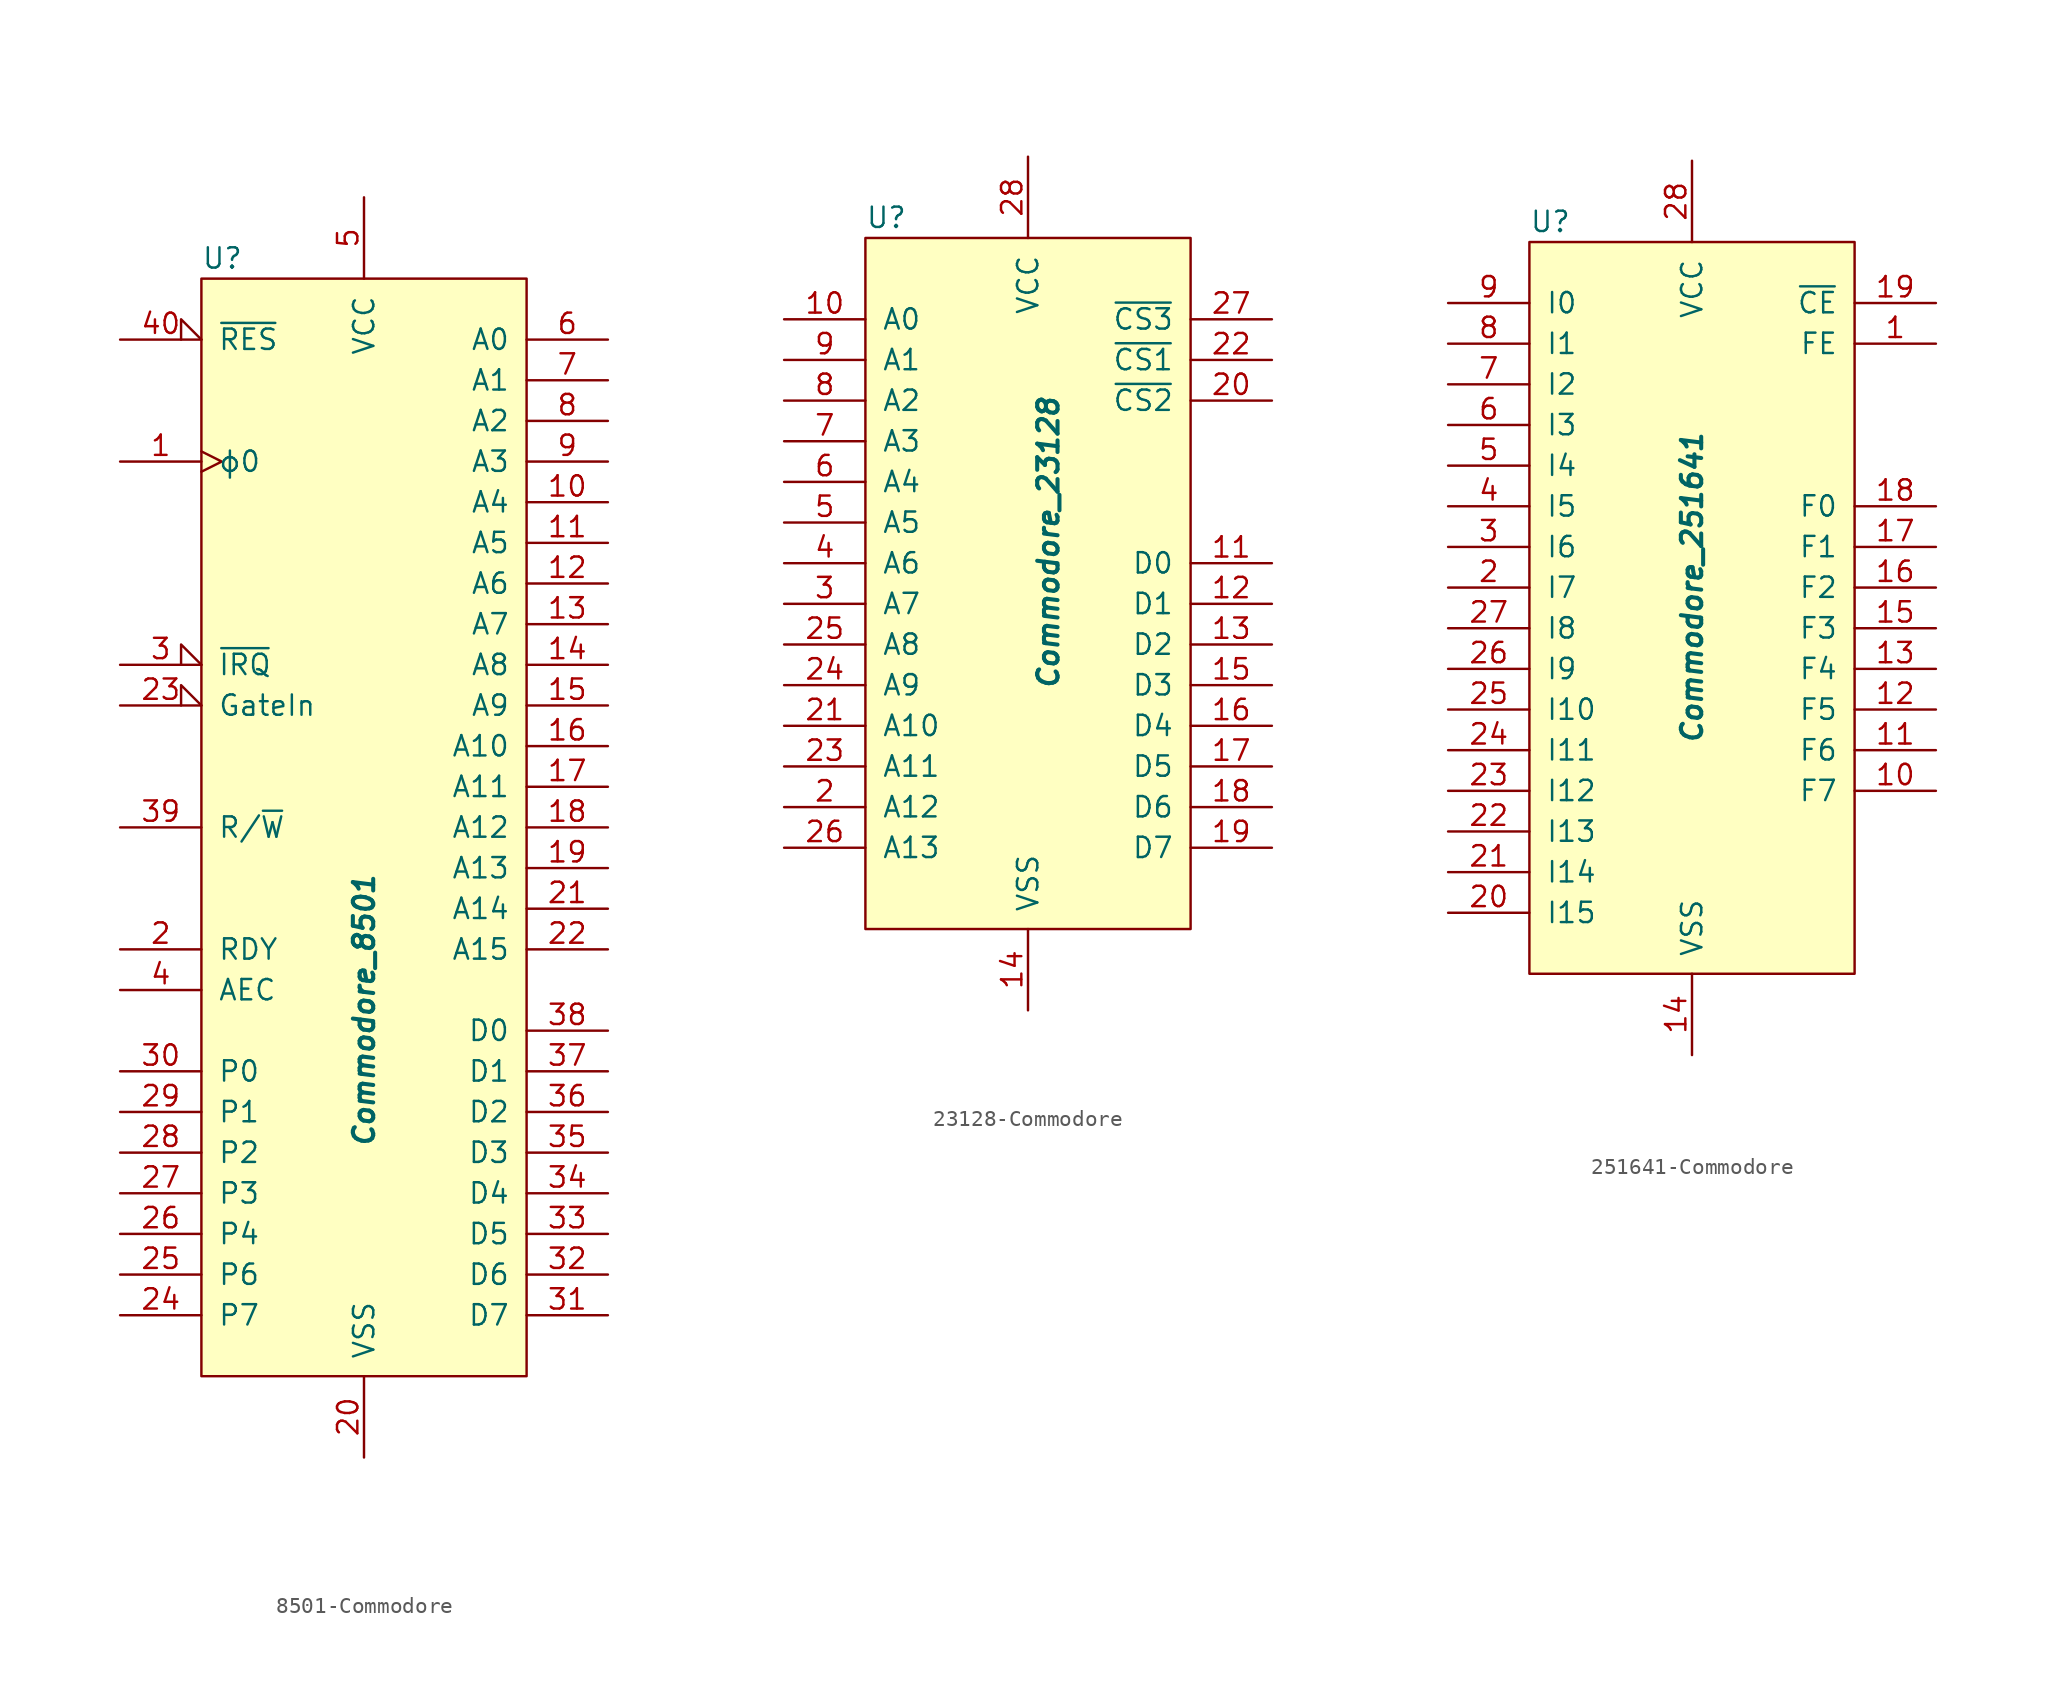
<source format=kicad_sym>
(kicad_symbol_lib
  (version 20220914)
  (generator kicad_symbol_editor)
  (symbol "8501-Commodore"
    (pin_names
      (offset 1.016))
    (property "Reference" "U"
      (at -10.16 46.99 0)
      (effects (font (size 1.27 1.27)) (justify left)))
    (property "Value" "Commodore_8501"
      (at 0 0 90)
      (effects (font (size 1.27 1.27) bold italic)))
    (symbol "8501-Commodore_0_1"
      (rectangle (start -10.16 45.72) (end 10.16 -22.86) (stroke (width 0) (type solid)) (fill (type background))))
    (symbol "8501-Commodore_1_1"
      (pin input clock (at -15.24 34.29 0) (length 5.08) (name "ϕ0" (effects (font (size 1.27 1.27)))) (number "1" (effects (font (size 1.27 1.27)))))
      (pin tri_state line (at 15.24 31.75 180) (length 5.08) (name "A4" (effects (font (size 1.27 1.27)))) (number "10" (effects (font (size 1.27 1.27)))))
      (pin tri_state line (at 15.24 29.21 180) (length 5.08) (name "A5" (effects (font (size 1.27 1.27)))) (number "11" (effects (font (size 1.27 1.27)))))
      (pin tri_state line (at 15.24 26.67 180) (length 5.08) (name "A6" (effects (font (size 1.27 1.27)))) (number "12" (effects (font (size 1.27 1.27)))))
      (pin tri_state line (at 15.24 24.13 180) (length 5.08) (name "A7" (effects (font (size 1.27 1.27)))) (number "13" (effects (font (size 1.27 1.27)))))
      (pin tri_state line (at 15.24 21.59 180) (length 5.08) (name "A8" (effects (font (size 1.27 1.27)))) (number "14" (effects (font (size 1.27 1.27)))))
      (pin tri_state line (at 15.24 19.05 180) (length 5.08) (name "A9" (effects (font (size 1.27 1.27)))) (number "15" (effects (font (size 1.27 1.27)))))
      (pin tri_state line (at 15.24 16.51 180) (length 5.08) (name "A10" (effects (font (size 1.27 1.27)))) (number "16" (effects (font (size 1.27 1.27)))))
      (pin tri_state line (at 15.24 13.97 180) (length 5.08) (name "A11" (effects (font (size 1.27 1.27)))) (number "17" (effects (font (size 1.27 1.27)))))
      (pin tri_state line (at 15.24 11.43 180) (length 5.08) (name "A12" (effects (font (size 1.27 1.27)))) (number "18" (effects (font (size 1.27 1.27)))))
      (pin tri_state line (at 15.24 8.89 180) (length 5.08) (name "A13" (effects (font (size 1.27 1.27)))) (number "19" (effects (font (size 1.27 1.27)))))
      (pin input line (at -15.24 3.81 0) (length 5.08) (name "RDY" (effects (font (size 1.27 1.27)))) (number "2" (effects (font (size 1.27 1.27)))))
      (pin power_in line (at 0 -27.94 90) (length 5.08) (name "VSS" (effects (font (size 1.27 1.27)))) (number "20" (effects (font (size 1.27 1.27)))))
      (pin tri_state line (at 15.24 6.35 180) (length 5.08) (name "A14" (effects (font (size 1.27 1.27)))) (number "21" (effects (font (size 1.27 1.27)))))
      (pin tri_state line (at 15.24 3.81 180) (length 5.08) (name "A15" (effects (font (size 1.27 1.27)))) (number "22" (effects (font (size 1.27 1.27)))))
      (pin input input_low (at -15.24 19.05 0) (length 5.08) (name "GateIn" (effects (font (size 1.27 1.27)))) (number "23" (effects (font (size 1.27 1.27)))))
      (pin bidirectional line (at -15.24 -19.05 0) (length 5.08) (name "P7" (effects (font (size 1.27 1.27)))) (number "24" (effects (font (size 1.27 1.27)))))
      (pin bidirectional line (at -15.24 -16.51 0) (length 5.08) (name "P6" (effects (font (size 1.27 1.27)))) (number "25" (effects (font (size 1.27 1.27)))))
      (pin bidirectional line (at -15.24 -13.97 0) (length 5.08) (name "P4" (effects (font (size 1.27 1.27)))) (number "26" (effects (font (size 1.27 1.27)))))
      (pin bidirectional line (at -15.24 -11.43 0) (length 5.08) (name "P3" (effects (font (size 1.27 1.27)))) (number "27" (effects (font (size 1.27 1.27)))))
      (pin bidirectional line (at -15.24 -8.89 0) (length 5.08) (name "P2" (effects (font (size 1.27 1.27)))) (number "28" (effects (font (size 1.27 1.27)))))
      (pin bidirectional line (at -15.24 -6.35 0) (length 5.08) (name "P1" (effects (font (size 1.27 1.27)))) (number "29" (effects (font (size 1.27 1.27)))))
      (pin input input_low (at -15.24 21.59 0) (length 5.08) (name "~{IRQ}" (effects (font (size 1.27 1.27)))) (number "3" (effects (font (size 1.27 1.27)))))
      (pin bidirectional line (at -15.24 -3.81 0) (length 5.08) (name "P0" (effects (font (size 1.27 1.27)))) (number "30" (effects (font (size 1.27 1.27)))))
      (pin bidirectional line (at 15.24 -19.05 180) (length 5.08) (name "D7" (effects (font (size 1.27 1.27)))) (number "31" (effects (font (size 1.27 1.27)))))
      (pin bidirectional line (at 15.24 -16.51 180) (length 5.08) (name "D6" (effects (font (size 1.27 1.27)))) (number "32" (effects (font (size 1.27 1.27)))))
      (pin bidirectional line (at 15.24 -13.97 180) (length 5.08) (name "D5" (effects (font (size 1.27 1.27)))) (number "33" (effects (font (size 1.27 1.27)))))
      (pin bidirectional line (at 15.24 -11.43 180) (length 5.08) (name "D4" (effects (font (size 1.27 1.27)))) (number "34" (effects (font (size 1.27 1.27)))))
      (pin bidirectional line (at 15.24 -8.89 180) (length 5.08) (name "D3" (effects (font (size 1.27 1.27)))) (number "35" (effects (font (size 1.27 1.27)))))
      (pin bidirectional line (at 15.24 -6.35 180) (length 5.08) (name "D2" (effects (font (size 1.27 1.27)))) (number "36" (effects (font (size 1.27 1.27)))))
      (pin bidirectional line (at 15.24 -3.81 180) (length 5.08) (name "D1" (effects (font (size 1.27 1.27)))) (number "37" (effects (font (size 1.27 1.27)))))
      (pin bidirectional line (at 15.24 -1.27 180) (length 5.08) (name "D0" (effects (font (size 1.27 1.27)))) (number "38" (effects (font (size 1.27 1.27)))))
      (pin tri_state line (at -15.24 11.43 0) (length 5.08) (name "R/~{W}" (effects (font (size 1.27 1.27)))) (number "39" (effects (font (size 1.27 1.27)))))
      (pin input line (at -15.24 1.27 0) (length 5.08) (name "AEC" (effects (font (size 1.27 1.27)))) (number "4" (effects (font (size 1.27 1.27)))))
      (pin input input_low (at -15.24 41.91 0) (length 5.08) (name "~{RES}" (effects (font (size 1.27 1.27)))) (number "40" (effects (font (size 1.27 1.27)))))
      (pin power_in line (at 0 50.8 270) (length 5.08) (name "VCC" (effects (font (size 1.27 1.27)))) (number "5" (effects (font (size 1.27 1.27)))))
      (pin tri_state line (at 15.24 41.91 180) (length 5.08) (name "A0" (effects (font (size 1.27 1.27)))) (number "6" (effects (font (size 1.27 1.27)))))
      (pin tri_state line (at 15.24 39.37 180) (length 5.08) (name "A1" (effects (font (size 1.27 1.27)))) (number "7" (effects (font (size 1.27 1.27)))))
      (pin tri_state line (at 15.24 36.83 180) (length 5.08) (name "A2" (effects (font (size 1.27 1.27)))) (number "8" (effects (font (size 1.27 1.27)))))
      (pin tri_state line (at 15.24 34.29 180) (length 5.08) (name "A3" (effects (font (size 1.27 1.27)))) (number "9" (effects (font (size 1.27 1.27)))))))
  (symbol "23128-Commodore"
    (pin_names
      (offset 1.016))
    (property "Reference" "U"
      (at -11.43 20.32 0)
      (effects (font (size 1.27 1.27)) (justify left)))
    (property "Value" "Commodore_23128"
      (at 0 0 90)
      (effects (font (size 1.27 1.27) bold italic)))
    (symbol "23128-Commodore_0_1"
      (rectangle (start -11.43 19.05) (end 8.89 -24.13) (stroke (width 0) (type solid)) (fill (type background))))
    (symbol "23128-Commodore_1_1"
      (pin tri_state line (at -16.51 13.97 0) (length 5.08) (name "A0" (effects (font (size 1.27 1.27)))) (number "10" (effects (font (size 1.27 1.27)))))
      (pin bidirectional line (at 13.97 -1.27 180) (length 5.08) (name "D0" (effects (font (size 1.27 1.27)))) (number "11" (effects (font (size 1.27 1.27)))))
      (pin bidirectional line (at 13.97 -3.81 180) (length 5.08) (name "D1" (effects (font (size 1.27 1.27)))) (number "12" (effects (font (size 1.27 1.27)))))
      (pin bidirectional line (at 13.97 -6.35 180) (length 5.08) (name "D2" (effects (font (size 1.27 1.27)))) (number "13" (effects (font (size 1.27 1.27)))))
      (pin power_in line (at -1.27 -29.21 90) (length 5.08) (name "VSS" (effects (font (size 1.27 1.27)))) (number "14" (effects (font (size 1.27 1.27)))))
      (pin bidirectional line (at 13.97 -8.89 180) (length 5.08) (name "D3" (effects (font (size 1.27 1.27)))) (number "15" (effects (font (size 1.27 1.27)))))
      (pin bidirectional line (at 13.97 -11.43 180) (length 5.08) (name "D4" (effects (font (size 1.27 1.27)))) (number "16" (effects (font (size 1.27 1.27)))))
      (pin bidirectional line (at 13.97 -13.97 180) (length 5.08) (name "D5" (effects (font (size 1.27 1.27)))) (number "17" (effects (font (size 1.27 1.27)))))
      (pin bidirectional line (at 13.97 -16.51 180) (length 5.08) (name "D6" (effects (font (size 1.27 1.27)))) (number "18" (effects (font (size 1.27 1.27)))))
      (pin bidirectional line (at 13.97 -19.05 180) (length 5.08) (name "D7" (effects (font (size 1.27 1.27)))) (number "19" (effects (font (size 1.27 1.27)))))
      (pin tri_state line (at -16.51 -16.51 0) (length 5.08) (name "A12" (effects (font (size 1.27 1.27)))) (number "2" (effects (font (size 1.27 1.27)))))
      (pin input line (at 13.97 8.89 180) (length 5.08) (name "~{CS2}" (effects (font (size 1.27 1.27)))) (number "20" (effects (font (size 1.27 1.27)))))
      (pin tri_state line (at -16.51 -11.43 0) (length 5.08) (name "A10" (effects (font (size 1.27 1.27)))) (number "21" (effects (font (size 1.27 1.27)))))
      (pin input line (at 13.97 11.43 180) (length 5.08) (name "~{CS1}" (effects (font (size 1.27 1.27)))) (number "22" (effects (font (size 1.27 1.27)))))
      (pin tri_state line (at -16.51 -13.97 0) (length 5.08) (name "A11" (effects (font (size 1.27 1.27)))) (number "23" (effects (font (size 1.27 1.27)))))
      (pin tri_state line (at -16.51 -8.89 0) (length 5.08) (name "A9" (effects (font (size 1.27 1.27)))) (number "24" (effects (font (size 1.27 1.27)))))
      (pin tri_state line (at -16.51 -6.35 0) (length 5.08) (name "A8" (effects (font (size 1.27 1.27)))) (number "25" (effects (font (size 1.27 1.27)))))
      (pin tri_state line (at -16.51 -19.05 0) (length 5.08) (name "A13" (effects (font (size 1.27 1.27)))) (number "26" (effects (font (size 1.27 1.27)))))
      (pin input line (at 13.97 13.97 180) (length 5.08) (name "~{CS3}" (effects (font (size 1.27 1.27)))) (number "27" (effects (font (size 1.27 1.27)))))
      (pin power_in line (at -1.27 24.13 270) (length 5.08) (name "VCC" (effects (font (size 1.27 1.27)))) (number "28" (effects (font (size 1.27 1.27)))))
      (pin tri_state line (at -16.51 -3.81 0) (length 5.08) (name "A7" (effects (font (size 1.27 1.27)))) (number "3" (effects (font (size 1.27 1.27)))))
      (pin tri_state line (at -16.51 -1.27 0) (length 5.08) (name "A6" (effects (font (size 1.27 1.27)))) (number "4" (effects (font (size 1.27 1.27)))))
      (pin tri_state line (at -16.51 1.27 0) (length 5.08) (name "A5" (effects (font (size 1.27 1.27)))) (number "5" (effects (font (size 1.27 1.27)))))
      (pin tri_state line (at -16.51 3.81 0) (length 5.08) (name "A4" (effects (font (size 1.27 1.27)))) (number "6" (effects (font (size 1.27 1.27)))))
      (pin tri_state line (at -16.51 6.35 0) (length 5.08) (name "A3" (effects (font (size 1.27 1.27)))) (number "7" (effects (font (size 1.27 1.27)))))
      (pin tri_state line (at -16.51 8.89 0) (length 5.08) (name "A2" (effects (font (size 1.27 1.27)))) (number "8" (effects (font (size 1.27 1.27)))))
      (pin tri_state line (at -16.51 11.43 0) (length 5.08) (name "A1" (effects (font (size 1.27 1.27)))) (number "9" (effects (font (size 1.27 1.27)))))))
  (symbol "251641-Commodore"
    (pin_names
      (offset 1.016))
    (property "Reference" "U"
      (at -10.16 21.59 0)
      (effects (font (size 1.27 1.27)) (justify left)))
    (property "Value" "Commodore_251641"
      (at 0 -1.27 90)
      (effects (font (size 1.27 1.27) bold italic)))
    (symbol "251641-Commodore_0_1"
      (rectangle (start -10.16 20.32) (end 10.16 -25.4) (stroke (width 0) (type solid)) (fill (type background))))
    (symbol "251641-Commodore_1_1"
      (pin output line (at 15.24 13.97 180) (length 5.08) (name "FE" (effects (font (size 1.27 1.27)))) (number "1" (effects (font (size 1.27 1.27)))))
      (pin output line (at 15.24 -13.97 180) (length 5.08) (name "F7" (effects (font (size 1.27 1.27)))) (number "10" (effects (font (size 1.27 1.27)))))
      (pin output line (at 15.24 -11.43 180) (length 5.08) (name "F6" (effects (font (size 1.27 1.27)))) (number "11" (effects (font (size 1.27 1.27)))))
      (pin output line (at 15.24 -8.89 180) (length 5.08) (name "F5" (effects (font (size 1.27 1.27)))) (number "12" (effects (font (size 1.27 1.27)))))
      (pin output line (at 15.24 -6.35 180) (length 5.08) (name "F4" (effects (font (size 1.27 1.27)))) (number "13" (effects (font (size 1.27 1.27)))))
      (pin power_in line (at 0 -30.48 90) (length 5.08) (name "VSS" (effects (font (size 1.27 1.27)))) (number "14" (effects (font (size 1.27 1.27)))))
      (pin output line (at 15.24 -3.81 180) (length 5.08) (name "F3" (effects (font (size 1.27 1.27)))) (number "15" (effects (font (size 1.27 1.27)))))
      (pin output line (at 15.24 -1.27 180) (length 5.08) (name "F2" (effects (font (size 1.27 1.27)))) (number "16" (effects (font (size 1.27 1.27)))))
      (pin output line (at 15.24 1.27 180) (length 5.08) (name "F1" (effects (font (size 1.27 1.27)))) (number "17" (effects (font (size 1.27 1.27)))))
      (pin output line (at 15.24 3.81 180) (length 5.08) (name "F0" (effects (font (size 1.27 1.27)))) (number "18" (effects (font (size 1.27 1.27)))))
      (pin input line (at 15.24 16.51 180) (length 5.08) (name "~{CE}" (effects (font (size 1.27 1.27)))) (number "19" (effects (font (size 1.27 1.27)))))
      (pin bidirectional line (at -15.24 -1.27 0) (length 5.08) (name "I7" (effects (font (size 1.27 1.27)))) (number "2" (effects (font (size 1.27 1.27)))))
      (pin bidirectional line (at -15.24 -21.59 0) (length 5.08) (name "I15" (effects (font (size 1.27 1.27)))) (number "20" (effects (font (size 1.27 1.27)))))
      (pin bidirectional line (at -15.24 -19.05 0) (length 5.08) (name "I14" (effects (font (size 1.27 1.27)))) (number "21" (effects (font (size 1.27 1.27)))))
      (pin bidirectional line (at -15.24 -16.51 0) (length 5.08) (name "I13" (effects (font (size 1.27 1.27)))) (number "22" (effects (font (size 1.27 1.27)))))
      (pin bidirectional line (at -15.24 -13.97 0) (length 5.08) (name "I12" (effects (font (size 1.27 1.27)))) (number "23" (effects (font (size 1.27 1.27)))))
      (pin bidirectional line (at -15.24 -11.43 0) (length 5.08) (name "I11" (effects (font (size 1.27 1.27)))) (number "24" (effects (font (size 1.27 1.27)))))
      (pin bidirectional line (at -15.24 -8.89 0) (length 5.08) (name "I10" (effects (font (size 1.27 1.27)))) (number "25" (effects (font (size 1.27 1.27)))))
      (pin bidirectional line (at -15.24 -6.35 0) (length 5.08) (name "I9" (effects (font (size 1.27 1.27)))) (number "26" (effects (font (size 1.27 1.27)))))
      (pin bidirectional line (at -15.24 -3.81 0) (length 5.08) (name "I8" (effects (font (size 1.27 1.27)))) (number "27" (effects (font (size 1.27 1.27)))))
      (pin power_in line (at 0 25.4 270) (length 5.08) (name "VCC" (effects (font (size 1.27 1.27)))) (number "28" (effects (font (size 1.27 1.27)))))
      (pin bidirectional line (at -15.24 1.27 0) (length 5.08) (name "I6" (effects (font (size 1.27 1.27)))) (number "3" (effects (font (size 1.27 1.27)))))
      (pin bidirectional line (at -15.24 3.81 0) (length 5.08) (name "I5" (effects (font (size 1.27 1.27)))) (number "4" (effects (font (size 1.27 1.27)))))
      (pin bidirectional line (at -15.24 6.35 0) (length 5.08) (name "I4" (effects (font (size 1.27 1.27)))) (number "5" (effects (font (size 1.27 1.27)))))
      (pin bidirectional line (at -15.24 8.89 0) (length 5.08) (name "I3" (effects (font (size 1.27 1.27)))) (number "6" (effects (font (size 1.27 1.27)))))
      (pin bidirectional line (at -15.24 11.43 0) (length 5.08) (name "I2" (effects (font (size 1.27 1.27)))) (number "7" (effects (font (size 1.27 1.27)))))
      (pin bidirectional line (at -15.24 13.97 0) (length 5.08) (name "I1" (effects (font (size 1.27 1.27)))) (number "8" (effects (font (size 1.27 1.27)))))
      (pin bidirectional line (at -15.24 16.51 0) (length 5.08) (name "I0" (effects (font (size 1.27 1.27)))) (number "9" (effects (font (size 1.27 1.27))))))))
</source>
